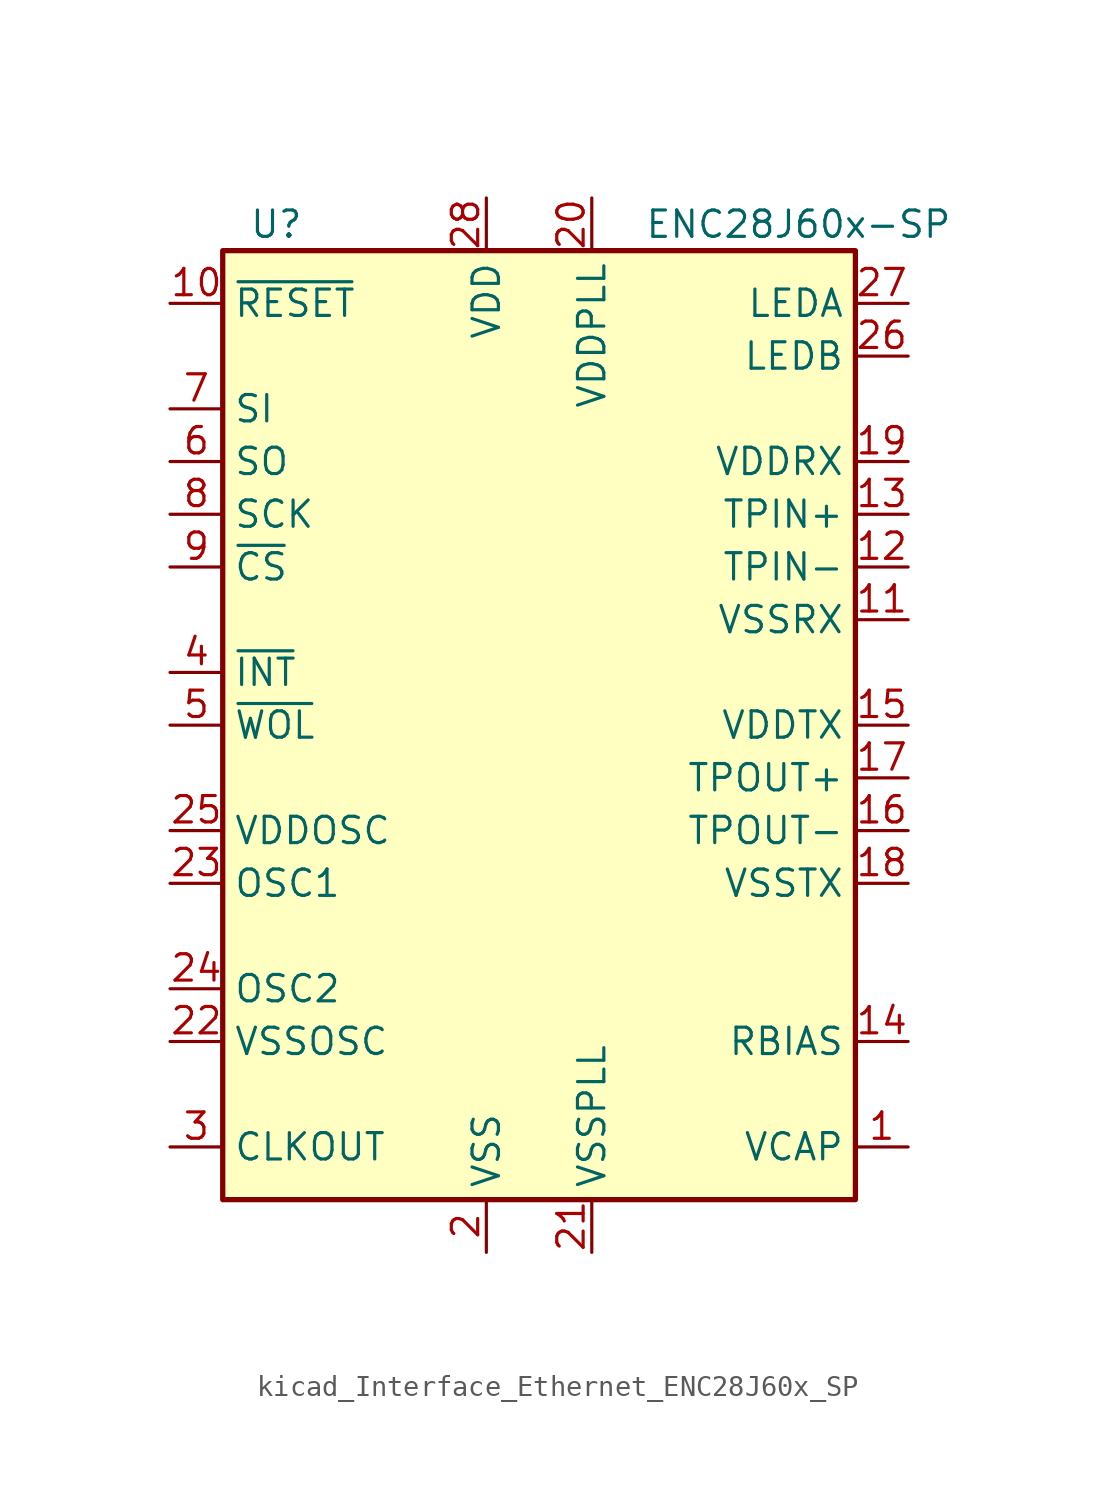
<source format=kicad_sym>
(kicad_symbol_lib
  (version 20220914)
  (generator kicad_symbol_editor)
  (symbol "kicad_Interface_Ethernet_ENC28J60x_SP"
    (property "Reference" "U"
      (at -13.97 24.13 0)
      (effects (font (size 1.27 1.27)) (justify left)))
    (property "Value" "ENC28J60x-SP"
      (at 5.08 24.13 0)
      (effects (font (size 1.27 1.27)) (justify left)))
    (symbol "kicad_Interface_Ethernet_ENC28J60x_SP_0_1"
      (rectangle (start -15.24 22.86) (end 15.24 -22.86) (stroke (width 0.254) (type default)) (fill (type background))))
    (symbol "kicad_Interface_Ethernet_ENC28J60x_SP_1_1"
      (pin input line (at 17.78 -20.32 180) (length 2.54) (name "VCAP" (effects (font (size 1.27 1.27)))) (number "1" (effects (font (size 1.27 1.27)))))
      (pin input line (at -17.78 20.32 0) (length 2.54) (name "~{RESET}" (effects (font (size 1.27 1.27)))) (number "10" (effects (font (size 1.27 1.27)))))
      (pin power_in line (at 17.78 5.08 180) (length 2.54) (name "VSSRX" (effects (font (size 1.27 1.27)))) (number "11" (effects (font (size 1.27 1.27)))))
      (pin input line (at 17.78 7.62 180) (length 2.54) (name "TPIN-" (effects (font (size 1.27 1.27)))) (number "12" (effects (font (size 1.27 1.27)))))
      (pin input line (at 17.78 10.16 180) (length 2.54) (name "TPIN+" (effects (font (size 1.27 1.27)))) (number "13" (effects (font (size 1.27 1.27)))))
      (pin input line (at 17.78 -15.24 180) (length 2.54) (name "RBIAS" (effects (font (size 1.27 1.27)))) (number "14" (effects (font (size 1.27 1.27)))))
      (pin power_in line (at 17.78 0 180) (length 2.54) (name "VDDTX" (effects (font (size 1.27 1.27)))) (number "15" (effects (font (size 1.27 1.27)))))
      (pin output line (at 17.78 -5.08 180) (length 2.54) (name "TPOUT-" (effects (font (size 1.27 1.27)))) (number "16" (effects (font (size 1.27 1.27)))))
      (pin output line (at 17.78 -2.54 180) (length 2.54) (name "TPOUT+" (effects (font (size 1.27 1.27)))) (number "17" (effects (font (size 1.27 1.27)))))
      (pin power_in line (at 17.78 -7.62 180) (length 2.54) (name "VSSTX" (effects (font (size 1.27 1.27)))) (number "18" (effects (font (size 1.27 1.27)))))
      (pin power_in line (at 17.78 12.7 180) (length 2.54) (name "VDDRX" (effects (font (size 1.27 1.27)))) (number "19" (effects (font (size 1.27 1.27)))))
      (pin power_in line (at -2.54 -25.4 90) (length 2.54) (name "VSS" (effects (font (size 1.27 1.27)))) (number "2" (effects (font (size 1.27 1.27)))))
      (pin power_in line (at 2.54 25.4 270) (length 2.54) (name "VDDPLL" (effects (font (size 1.27 1.27)))) (number "20" (effects (font (size 1.27 1.27)))))
      (pin power_in line (at 2.54 -25.4 90) (length 2.54) (name "VSSPLL" (effects (font (size 1.27 1.27)))) (number "21" (effects (font (size 1.27 1.27)))))
      (pin power_in line (at -17.78 -15.24 0) (length 2.54) (name "VSSOSC" (effects (font (size 1.27 1.27)))) (number "22" (effects (font (size 1.27 1.27)))))
      (pin input line (at -17.78 -7.62 0) (length 2.54) (name "OSC1" (effects (font (size 1.27 1.27)))) (number "23" (effects (font (size 1.27 1.27)))))
      (pin input line (at -17.78 -12.7 0) (length 2.54) (name "OSC2" (effects (font (size 1.27 1.27)))) (number "24" (effects (font (size 1.27 1.27)))))
      (pin power_in line (at -17.78 -5.08 0) (length 2.54) (name "VDDOSC" (effects (font (size 1.27 1.27)))) (number "25" (effects (font (size 1.27 1.27)))))
      (pin output line (at 17.78 17.78 180) (length 2.54) (name "LEDB" (effects (font (size 1.27 1.27)))) (number "26" (effects (font (size 1.27 1.27)))))
      (pin output line (at 17.78 20.32 180) (length 2.54) (name "LEDA" (effects (font (size 1.27 1.27)))) (number "27" (effects (font (size 1.27 1.27)))))
      (pin power_in line (at -2.54 25.4 270) (length 2.54) (name "VDD" (effects (font (size 1.27 1.27)))) (number "28" (effects (font (size 1.27 1.27)))))
      (pin output line (at -17.78 -20.32 0) (length 2.54) (name "CLKOUT" (effects (font (size 1.27 1.27)))) (number "3" (effects (font (size 1.27 1.27)))))
      (pin output line (at -17.78 2.54 0) (length 2.54) (name "~{INT}" (effects (font (size 1.27 1.27)))) (number "4" (effects (font (size 1.27 1.27)))))
      (pin output line (at -17.78 0 0) (length 2.54) (name "~{WOL}" (effects (font (size 1.27 1.27)))) (number "5" (effects (font (size 1.27 1.27)))))
      (pin output line (at -17.78 12.7 0) (length 2.54) (name "SO" (effects (font (size 1.27 1.27)))) (number "6" (effects (font (size 1.27 1.27)))))
      (pin input line (at -17.78 15.24 0) (length 2.54) (name "SI" (effects (font (size 1.27 1.27)))) (number "7" (effects (font (size 1.27 1.27)))))
      (pin input line (at -17.78 10.16 0) (length 2.54) (name "SCK" (effects (font (size 1.27 1.27)))) (number "8" (effects (font (size 1.27 1.27)))))
      (pin input line (at -17.78 7.62 0) (length 2.54) (name "~{CS}" (effects (font (size 1.27 1.27)))) (number "9" (effects (font (size 1.27 1.27))))))))
</source>
